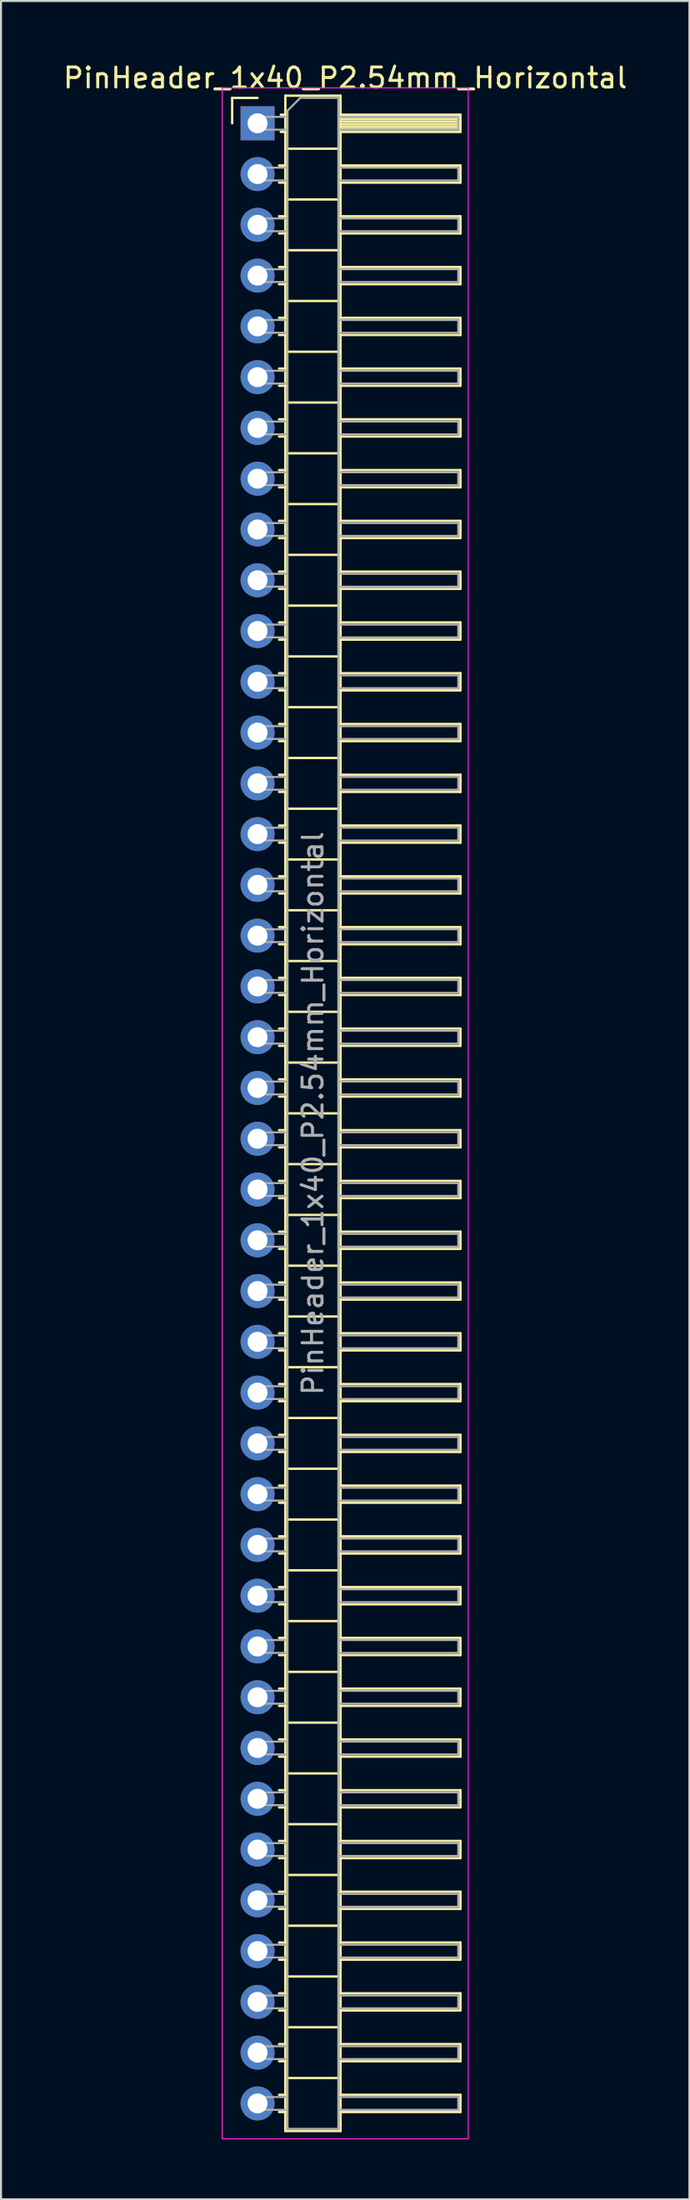
<source format=kicad_pcb>
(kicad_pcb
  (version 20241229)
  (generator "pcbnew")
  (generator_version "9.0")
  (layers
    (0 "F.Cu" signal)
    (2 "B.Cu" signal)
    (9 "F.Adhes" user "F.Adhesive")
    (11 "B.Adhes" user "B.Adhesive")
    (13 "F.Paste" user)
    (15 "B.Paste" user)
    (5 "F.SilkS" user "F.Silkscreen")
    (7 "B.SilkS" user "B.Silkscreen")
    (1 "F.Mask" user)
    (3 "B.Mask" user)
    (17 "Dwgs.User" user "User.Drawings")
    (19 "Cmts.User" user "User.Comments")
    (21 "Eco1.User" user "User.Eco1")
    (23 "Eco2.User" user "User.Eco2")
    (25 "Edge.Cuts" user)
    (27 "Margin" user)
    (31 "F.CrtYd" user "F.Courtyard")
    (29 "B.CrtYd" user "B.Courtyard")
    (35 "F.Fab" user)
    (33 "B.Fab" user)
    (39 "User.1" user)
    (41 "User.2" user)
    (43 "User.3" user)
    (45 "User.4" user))
  (footprint "PinHeader_1x40_P2.54mm_Horizontal"
    (layer "F.Cu")
    (at 9.835 3.118)
    (property "Reference" "PinHeader_1x40_P2.54mm_Horizontal" (at 4.385 -2.27 0) (layer "F.SilkS") (effects (font (size 1 1) (thickness 0.15))))
    (attr through_hole)
    (fp_line (start -1.27 -1.27) (end 0 -1.27) (stroke (width 0.12) (type solid)) (layer "F.SilkS"))
    (fp_line (start -1.27 0) (end -1.27 -1.27) (stroke (width 0.12) (type solid)) (layer "F.SilkS"))
    (fp_line (start 1.077 2.11) (end 1.39 2.11) (stroke (width 0.12) (type solid)) (layer "F.SilkS"))
    (fp_line (start 1.077 2.97) (end 1.39 2.97) (stroke (width 0.12) (type solid)) (layer "F.SilkS"))
    (fp_line (start 1.077 4.65) (end 1.39 4.65) (stroke (width 0.12) (type solid)) (layer "F.SilkS"))
    (fp_line (start 1.077 5.51) (end 1.39 5.51) (stroke (width 0.12) (type solid)) (layer "F.SilkS"))
    (fp_line (start 1.077 7.19) (end 1.39 7.19) (stroke (width 0.12) (type solid)) (layer "F.SilkS"))
    (fp_line (start 1.077 8.05) (end 1.39 8.05) (stroke (width 0.12) (type solid)) (layer "F.SilkS"))
    (fp_line (start 1.077 9.73) (end 1.39 9.73) (stroke (width 0.12) (type solid)) (layer "F.SilkS"))
    (fp_line (start 1.077 10.59) (end 1.39 10.59) (stroke (width 0.12) (type solid)) (layer "F.SilkS"))
    (fp_line (start 1.077 12.27) (end 1.39 12.27) (stroke (width 0.12) (type solid)) (layer "F.SilkS"))
    (fp_line (start 1.077 13.13) (end 1.39 13.13) (stroke (width 0.12) (type solid)) (layer "F.SilkS"))
    (fp_line (start 1.077 14.81) (end 1.39 14.81) (stroke (width 0.12) (type solid)) (layer "F.SilkS"))
    (fp_line (start 1.077 15.67) (end 1.39 15.67) (stroke (width 0.12) (type solid)) (layer "F.SilkS"))
    (fp_line (start 1.077 17.35) (end 1.39 17.35) (stroke (width 0.12) (type solid)) (layer "F.SilkS"))
    (fp_line (start 1.077 18.21) (end 1.39 18.21) (stroke (width 0.12) (type solid)) (layer "F.SilkS"))
    (fp_line (start 1.077 19.89) (end 1.39 19.89) (stroke (width 0.12) (type solid)) (layer "F.SilkS"))
    (fp_line (start 1.077 20.75) (end 1.39 20.75) (stroke (width 0.12) (type solid)) (layer "F.SilkS"))
    (fp_line (start 1.077 22.43) (end 1.39 22.43) (stroke (width 0.12) (type solid)) (layer "F.SilkS"))
    (fp_line (start 1.077 23.29) (end 1.39 23.29) (stroke (width 0.12) (type solid)) (layer "F.SilkS"))
    (fp_line (start 1.077 24.97) (end 1.39 24.97) (stroke (width 0.12) (type solid)) (layer "F.SilkS"))
    (fp_line (start 1.077 25.83) (end 1.39 25.83) (stroke (width 0.12) (type solid)) (layer "F.SilkS"))
    (fp_line (start 1.077 27.51) (end 1.39 27.51) (stroke (width 0.12) (type solid)) (layer "F.SilkS"))
    (fp_line (start 1.077 28.37) (end 1.39 28.37) (stroke (width 0.12) (type solid)) (layer "F.SilkS"))
    (fp_line (start 1.077 30.05) (end 1.39 30.05) (stroke (width 0.12) (type solid)) (layer "F.SilkS"))
    (fp_line (start 1.077 30.91) (end 1.39 30.91) (stroke (width 0.12) (type solid)) (layer "F.SilkS"))
    (fp_line (start 1.077 32.59) (end 1.39 32.59) (stroke (width 0.12) (type solid)) (layer "F.SilkS"))
    (fp_line (start 1.077 33.45) (end 1.39 33.45) (stroke (width 0.12) (type solid)) (layer "F.SilkS"))
    (fp_line (start 1.077 35.13) (end 1.39 35.13) (stroke (width 0.12) (type solid)) (layer "F.SilkS"))
    (fp_line (start 1.077 35.99) (end 1.39 35.99) (stroke (width 0.12) (type solid)) (layer "F.SilkS"))
    (fp_line (start 1.077 37.67) (end 1.39 37.67) (stroke (width 0.12) (type solid)) (layer "F.SilkS"))
    (fp_line (start 1.077 38.53) (end 1.39 38.53) (stroke (width 0.12) (type solid)) (layer "F.SilkS"))
    (fp_line (start 1.077 40.21) (end 1.39 40.21) (stroke (width 0.12) (type solid)) (layer "F.SilkS"))
    (fp_line (start 1.077 41.07) (end 1.39 41.07) (stroke (width 0.12) (type solid)) (layer "F.SilkS"))
    (fp_line (start 1.077 42.75) (end 1.39 42.75) (stroke (width 0.12) (type solid)) (layer "F.SilkS"))
    (fp_line (start 1.077 43.61) (end 1.39 43.61) (stroke (width 0.12) (type solid)) (layer "F.SilkS"))
    (fp_line (start 1.077 45.29) (end 1.39 45.29) (stroke (width 0.12) (type solid)) (layer "F.SilkS"))
    (fp_line (start 1.077 46.15) (end 1.39 46.15) (stroke (width 0.12) (type solid)) (layer "F.SilkS"))
    (fp_line (start 1.077 47.83) (end 1.39 47.83) (stroke (width 0.12) (type solid)) (layer "F.SilkS"))
    (fp_line (start 1.077 48.69) (end 1.39 48.69) (stroke (width 0.12) (type solid)) (layer "F.SilkS"))
    (fp_line (start 1.077 50.37) (end 1.39 50.37) (stroke (width 0.12) (type solid)) (layer "F.SilkS"))
    (fp_line (start 1.077 51.23) (end 1.39 51.23) (stroke (width 0.12) (type solid)) (layer "F.SilkS"))
    (fp_line (start 1.077 52.91) (end 1.39 52.91) (stroke (width 0.12) (type solid)) (layer "F.SilkS"))
    (fp_line (start 1.077 53.77) (end 1.39 53.77) (stroke (width 0.12) (type solid)) (layer "F.SilkS"))
    (fp_line (start 1.077 55.45) (end 1.39 55.45) (stroke (width 0.12) (type solid)) (layer "F.SilkS"))
    (fp_line (start 1.077 56.31) (end 1.39 56.31) (stroke (width 0.12) (type solid)) (layer "F.SilkS"))
    (fp_line (start 1.077 57.99) (end 1.39 57.99) (stroke (width 0.12) (type solid)) (layer "F.SilkS"))
    (fp_line (start 1.077 58.85) (end 1.39 58.85) (stroke (width 0.12) (type solid)) (layer "F.SilkS"))
    (fp_line (start 1.077 60.53) (end 1.39 60.53) (stroke (width 0.12) (type solid)) (layer "F.SilkS"))
    (fp_line (start 1.077 61.39) (end 1.39 61.39) (stroke (width 0.12) (type solid)) (layer "F.SilkS"))
    (fp_line (start 1.077 63.07) (end 1.39 63.07) (stroke (width 0.12) (type solid)) (layer "F.SilkS"))
    (fp_line (start 1.077 63.93) (end 1.39 63.93) (stroke (width 0.12) (type solid)) (layer "F.SilkS"))
    (fp_line (start 1.077 65.61) (end 1.39 65.61) (stroke (width 0.12) (type solid)) (layer "F.SilkS"))
    (fp_line (start 1.077 66.47) (end 1.39 66.47) (stroke (width 0.12) (type solid)) (layer "F.SilkS"))
    (fp_line (start 1.077 68.15) (end 1.39 68.15) (stroke (width 0.12) (type solid)) (layer "F.SilkS"))
    (fp_line (start 1.077 69.01) (end 1.39 69.01) (stroke (width 0.12) (type solid)) (layer "F.SilkS"))
    (fp_line (start 1.077 70.69) (end 1.39 70.69) (stroke (width 0.12) (type solid)) (layer "F.SilkS"))
    (fp_line (start 1.077 71.55) (end 1.39 71.55) (stroke (width 0.12) (type solid)) (layer "F.SilkS"))
    (fp_line (start 1.077 73.23) (end 1.39 73.23) (stroke (width 0.12) (type solid)) (layer "F.SilkS"))
    (fp_line (start 1.077 74.09) (end 1.39 74.09) (stroke (width 0.12) (type solid)) (layer "F.SilkS"))
    (fp_line (start 1.077 75.77) (end 1.39 75.77) (stroke (width 0.12) (type solid)) (layer "F.SilkS"))
    (fp_line (start 1.077 76.63) (end 1.39 76.63) (stroke (width 0.12) (type solid)) (layer "F.SilkS"))
    (fp_line (start 1.077 78.31) (end 1.39 78.31) (stroke (width 0.12) (type solid)) (layer "F.SilkS"))
    (fp_line (start 1.077 79.17) (end 1.39 79.17) (stroke (width 0.12) (type solid)) (layer "F.SilkS"))
    (fp_line (start 1.077 80.85) (end 1.39 80.85) (stroke (width 0.12) (type solid)) (layer "F.SilkS"))
    (fp_line (start 1.077 81.71) (end 1.39 81.71) (stroke (width 0.12) (type solid)) (layer "F.SilkS"))
    (fp_line (start 1.077 83.39) (end 1.39 83.39) (stroke (width 0.12) (type solid)) (layer "F.SilkS"))
    (fp_line (start 1.077 84.25) (end 1.39 84.25) (stroke (width 0.12) (type solid)) (layer "F.SilkS"))
    (fp_line (start 1.077 85.93) (end 1.39 85.93) (stroke (width 0.12) (type solid)) (layer "F.SilkS"))
    (fp_line (start 1.077 86.79) (end 1.39 86.79) (stroke (width 0.12) (type solid)) (layer "F.SilkS"))
    (fp_line (start 1.077 88.47) (end 1.39 88.47) (stroke (width 0.12) (type solid)) (layer "F.SilkS"))
    (fp_line (start 1.077 89.33) (end 1.39 89.33) (stroke (width 0.12) (type solid)) (layer "F.SilkS"))
    (fp_line (start 1.077 91.01) (end 1.39 91.01) (stroke (width 0.12) (type solid)) (layer "F.SilkS"))
    (fp_line (start 1.077 91.87) (end 1.39 91.87) (stroke (width 0.12) (type solid)) (layer "F.SilkS"))
    (fp_line (start 1.077 93.55) (end 1.39 93.55) (stroke (width 0.12) (type solid)) (layer "F.SilkS"))
    (fp_line (start 1.077 94.41) (end 1.39 94.41) (stroke (width 0.12) (type solid)) (layer "F.SilkS"))
    (fp_line (start 1.077 96.09) (end 1.39 96.09) (stroke (width 0.12) (type solid)) (layer "F.SilkS"))
    (fp_line (start 1.077 96.95) (end 1.39 96.95) (stroke (width 0.12) (type solid)) (layer "F.SilkS"))
    (fp_line (start 1.077 98.63) (end 1.39 98.63) (stroke (width 0.12) (type solid)) (layer "F.SilkS"))
    (fp_line (start 1.077 99.49) (end 1.39 99.49) (stroke (width 0.12) (type solid)) (layer "F.SilkS"))
    (fp_line (start 1.16 -0.43) (end 1.39 -0.43) (stroke (width 0.12) (type solid)) (layer "F.SilkS"))
    (fp_line (start 1.16 0.43) (end 1.39 0.43) (stroke (width 0.12) (type solid)) (layer "F.SilkS"))
    (fp_line (start 1.39 -1.38) (end 1.39 100.44) (stroke (width 0.12) (type solid)) (layer "F.SilkS"))
    (fp_line (start 1.39 1.27) (end 4.15 1.27) (stroke (width 0.12) (type solid)) (layer "F.SilkS"))
    (fp_line (start 1.39 3.81) (end 4.15 3.81) (stroke (width 0.12) (type solid)) (layer "F.SilkS"))
    (fp_line (start 1.39 6.35) (end 4.15 6.35) (stroke (width 0.12) (type solid)) (layer "F.SilkS"))
    (fp_line (start 1.39 8.89) (end 4.15 8.89) (stroke (width 0.12) (type solid)) (layer "F.SilkS"))
    (fp_line (start 1.39 11.43) (end 4.15 11.43) (stroke (width 0.12) (type solid)) (layer "F.SilkS"))
    (fp_line (start 1.39 13.97) (end 4.15 13.97) (stroke (width 0.12) (type solid)) (layer "F.SilkS"))
    (fp_line (start 1.39 16.51) (end 4.15 16.51) (stroke (width 0.12) (type solid)) (layer "F.SilkS"))
    (fp_line (start 1.39 19.05) (end 4.15 19.05) (stroke (width 0.12) (type solid)) (layer "F.SilkS"))
    (fp_line (start 1.39 21.59) (end 4.15 21.59) (stroke (width 0.12) (type solid)) (layer "F.SilkS"))
    (fp_line (start 1.39 24.13) (end 4.15 24.13) (stroke (width 0.12) (type solid)) (layer "F.SilkS"))
    (fp_line (start 1.39 26.67) (end 4.15 26.67) (stroke (width 0.12) (type solid)) (layer "F.SilkS"))
    (fp_line (start 1.39 29.21) (end 4.15 29.21) (stroke (width 0.12) (type solid)) (layer "F.SilkS"))
    (fp_line (start 1.39 31.75) (end 4.15 31.75) (stroke (width 0.12) (type solid)) (layer "F.SilkS"))
    (fp_line (start 1.39 34.29) (end 4.15 34.29) (stroke (width 0.12) (type solid)) (layer "F.SilkS"))
    (fp_line (start 1.39 36.83) (end 4.15 36.83) (stroke (width 0.12) (type solid)) (layer "F.SilkS"))
    (fp_line (start 1.39 39.37) (end 4.15 39.37) (stroke (width 0.12) (type solid)) (layer "F.SilkS"))
    (fp_line (start 1.39 41.91) (end 4.15 41.91) (stroke (width 0.12) (type solid)) (layer "F.SilkS"))
    (fp_line (start 1.39 44.45) (end 4.15 44.45) (stroke (width 0.12) (type solid)) (layer "F.SilkS"))
    (fp_line (start 1.39 46.99) (end 4.15 46.99) (stroke (width 0.12) (type solid)) (layer "F.SilkS"))
    (fp_line (start 1.39 49.53) (end 4.15 49.53) (stroke (width 0.12) (type solid)) (layer "F.SilkS"))
    (fp_line (start 1.39 52.07) (end 4.15 52.07) (stroke (width 0.12) (type solid)) (layer "F.SilkS"))
    (fp_line (start 1.39 54.61) (end 4.15 54.61) (stroke (width 0.12) (type solid)) (layer "F.SilkS"))
    (fp_line (start 1.39 57.15) (end 4.15 57.15) (stroke (width 0.12) (type solid)) (layer "F.SilkS"))
    (fp_line (start 1.39 59.69) (end 4.15 59.69) (stroke (width 0.12) (type solid)) (layer "F.SilkS"))
    (fp_line (start 1.39 62.23) (end 4.15 62.23) (stroke (width 0.12) (type solid)) (layer "F.SilkS"))
    (fp_line (start 1.39 64.77) (end 4.15 64.77) (stroke (width 0.12) (type solid)) (layer "F.SilkS"))
    (fp_line (start 1.39 67.31) (end 4.15 67.31) (stroke (width 0.12) (type solid)) (layer "F.SilkS"))
    (fp_line (start 1.39 69.85) (end 4.15 69.85) (stroke (width 0.12) (type solid)) (layer "F.SilkS"))
    (fp_line (start 1.39 72.39) (end 4.15 72.39) (stroke (width 0.12) (type solid)) (layer "F.SilkS"))
    (fp_line (start 1.39 74.93) (end 4.15 74.93) (stroke (width 0.12) (type solid)) (layer "F.SilkS"))
    (fp_line (start 1.39 77.47) (end 4.15 77.47) (stroke (width 0.12) (type solid)) (layer "F.SilkS"))
    (fp_line (start 1.39 80.01) (end 4.15 80.01) (stroke (width 0.12) (type solid)) (layer "F.SilkS"))
    (fp_line (start 1.39 82.55) (end 4.15 82.55) (stroke (width 0.12) (type solid)) (layer "F.SilkS"))
    (fp_line (start 1.39 85.09) (end 4.15 85.09) (stroke (width 0.12) (type solid)) (layer "F.SilkS"))
    (fp_line (start 1.39 87.63) (end 4.15 87.63) (stroke (width 0.12) (type solid)) (layer "F.SilkS"))
    (fp_line (start 1.39 90.17) (end 4.15 90.17) (stroke (width 0.12) (type solid)) (layer "F.SilkS"))
    (fp_line (start 1.39 92.71) (end 4.15 92.71) (stroke (width 0.12) (type solid)) (layer "F.SilkS"))
    (fp_line (start 1.39 95.25) (end 4.15 95.25) (stroke (width 0.12) (type solid)) (layer "F.SilkS"))
    (fp_line (start 1.39 97.79) (end 4.15 97.79) (stroke (width 0.12) (type solid)) (layer "F.SilkS"))
    (fp_line (start 1.39 100.44) (end 4.15 100.44) (stroke (width 0.12) (type solid)) (layer "F.SilkS"))
    (fp_line (start 4.15 -1.38) (end 1.39 -1.38) (stroke (width 0.12) (type solid)) (layer "F.SilkS"))
    (fp_line (start 4.15 -0.43) (end 10.15 -0.43) (stroke (width 0.12) (type solid)) (layer "F.SilkS"))
    (fp_line (start 4.15 -0.32) (end 10.15 -0.32) (stroke (width 0.12) (type solid)) (layer "F.SilkS"))
    (fp_line (start 4.15 -0.2) (end 10.15 -0.2) (stroke (width 0.12) (type solid)) (layer "F.SilkS"))
    (fp_line (start 4.15 -0.08) (end 10.15 -0.08) (stroke (width 0.12) (type solid)) (layer "F.SilkS"))
    (fp_line (start 4.15 0.04) (end 10.15 0.04) (stroke (width 0.12) (type solid)) (layer "F.SilkS"))
    (fp_line (start 4.15 0.16) (end 10.15 0.16) (stroke (width 0.12) (type solid)) (layer "F.SilkS"))
    (fp_line (start 4.15 0.28) (end 10.15 0.28) (stroke (width 0.12) (type solid)) (layer "F.SilkS"))
    (fp_line (start 4.15 2.11) (end 10.15 2.11) (stroke (width 0.12) (type solid)) (layer "F.SilkS"))
    (fp_line (start 4.15 4.65) (end 10.15 4.65) (stroke (width 0.12) (type solid)) (layer "F.SilkS"))
    (fp_line (start 4.15 7.19) (end 10.15 7.19) (stroke (width 0.12) (type solid)) (layer "F.SilkS"))
    (fp_line (start 4.15 9.73) (end 10.15 9.73) (stroke (width 0.12) (type solid)) (layer "F.SilkS"))
    (fp_line (start 4.15 12.27) (end 10.15 12.27) (stroke (width 0.12) (type solid)) (layer "F.SilkS"))
    (fp_line (start 4.15 14.81) (end 10.15 14.81) (stroke (width 0.12) (type solid)) (layer "F.SilkS"))
    (fp_line (start 4.15 17.35) (end 10.15 17.35) (stroke (width 0.12) (type solid)) (layer "F.SilkS"))
    (fp_line (start 4.15 19.89) (end 10.15 19.89) (stroke (width 0.12) (type solid)) (layer "F.SilkS"))
    (fp_line (start 4.15 22.43) (end 10.15 22.43) (stroke (width 0.12) (type solid)) (layer "F.SilkS"))
    (fp_line (start 4.15 24.97) (end 10.15 24.97) (stroke (width 0.12) (type solid)) (layer "F.SilkS"))
    (fp_line (start 4.15 27.51) (end 10.15 27.51) (stroke (width 0.12) (type solid)) (layer "F.SilkS"))
    (fp_line (start 4.15 30.05) (end 10.15 30.05) (stroke (width 0.12) (type solid)) (layer "F.SilkS"))
    (fp_line (start 4.15 32.59) (end 10.15 32.59) (stroke (width 0.12) (type solid)) (layer "F.SilkS"))
    (fp_line (start 4.15 35.13) (end 10.15 35.13) (stroke (width 0.12) (type solid)) (layer "F.SilkS"))
    (fp_line (start 4.15 37.67) (end 10.15 37.67) (stroke (width 0.12) (type solid)) (layer "F.SilkS"))
    (fp_line (start 4.15 40.21) (end 10.15 40.21) (stroke (width 0.12) (type solid)) (layer "F.SilkS"))
    (fp_line (start 4.15 42.75) (end 10.15 42.75) (stroke (width 0.12) (type solid)) (layer "F.SilkS"))
    (fp_line (start 4.15 45.29) (end 10.15 45.29) (stroke (width 0.12) (type solid)) (layer "F.SilkS"))
    (fp_line (start 4.15 47.83) (end 10.15 47.83) (stroke (width 0.12) (type solid)) (layer "F.SilkS"))
    (fp_line (start 4.15 50.37) (end 10.15 50.37) (stroke (width 0.12) (type solid)) (layer "F.SilkS"))
    (fp_line (start 4.15 52.91) (end 10.15 52.91) (stroke (width 0.12) (type solid)) (layer "F.SilkS"))
    (fp_line (start 4.15 55.45) (end 10.15 55.45) (stroke (width 0.12) (type solid)) (layer "F.SilkS"))
    (fp_line (start 4.15 57.99) (end 10.15 57.99) (stroke (width 0.12) (type solid)) (layer "F.SilkS"))
    (fp_line (start 4.15 60.53) (end 10.15 60.53) (stroke (width 0.12) (type solid)) (layer "F.SilkS"))
    (fp_line (start 4.15 63.07) (end 10.15 63.07) (stroke (width 0.12) (type solid)) (layer "F.SilkS"))
    (fp_line (start 4.15 65.61) (end 10.15 65.61) (stroke (width 0.12) (type solid)) (layer "F.SilkS"))
    (fp_line (start 4.15 68.15) (end 10.15 68.15) (stroke (width 0.12) (type solid)) (layer "F.SilkS"))
    (fp_line (start 4.15 70.69) (end 10.15 70.69) (stroke (width 0.12) (type solid)) (layer "F.SilkS"))
    (fp_line (start 4.15 73.23) (end 10.15 73.23) (stroke (width 0.12) (type solid)) (layer "F.SilkS"))
    (fp_line (start 4.15 75.77) (end 10.15 75.77) (stroke (width 0.12) (type solid)) (layer "F.SilkS"))
    (fp_line (start 4.15 78.31) (end 10.15 78.31) (stroke (width 0.12) (type solid)) (layer "F.SilkS"))
    (fp_line (start 4.15 80.85) (end 10.15 80.85) (stroke (width 0.12) (type solid)) (layer "F.SilkS"))
    (fp_line (start 4.15 83.39) (end 10.15 83.39) (stroke (width 0.12) (type solid)) (layer "F.SilkS"))
    (fp_line (start 4.15 85.93) (end 10.15 85.93) (stroke (width 0.12) (type solid)) (layer "F.SilkS"))
    (fp_line (start 4.15 88.47) (end 10.15 88.47) (stroke (width 0.12) (type solid)) (layer "F.SilkS"))
    (fp_line (start 4.15 91.01) (end 10.15 91.01) (stroke (width 0.12) (type solid)) (layer "F.SilkS"))
    (fp_line (start 4.15 93.55) (end 10.15 93.55) (stroke (width 0.12) (type solid)) (layer "F.SilkS"))
    (fp_line (start 4.15 96.09) (end 10.15 96.09) (stroke (width 0.12) (type solid)) (layer "F.SilkS"))
    (fp_line (start 4.15 98.63) (end 10.15 98.63) (stroke (width 0.12) (type solid)) (layer "F.SilkS"))
    (fp_line (start 4.15 100.44) (end 4.15 -1.38) (stroke (width 0.12) (type solid)) (layer "F.SilkS"))
    (fp_line (start 10.15 -0.43) (end 10.15 0.43) (stroke (width 0.12) (type solid)) (layer "F.SilkS"))
    (fp_line (start 10.15 0.43) (end 4.15 0.43) (stroke (width 0.12) (type solid)) (layer "F.SilkS"))
    (fp_line (start 10.15 2.11) (end 10.15 2.97) (stroke (width 0.12) (type solid)) (layer "F.SilkS"))
    (fp_line (start 10.15 2.97) (end 4.15 2.97) (stroke (width 0.12) (type solid)) (layer "F.SilkS"))
    (fp_line (start 10.15 4.65) (end 10.15 5.51) (stroke (width 0.12) (type solid)) (layer "F.SilkS"))
    (fp_line (start 10.15 5.51) (end 4.15 5.51) (stroke (width 0.12) (type solid)) (layer "F.SilkS"))
    (fp_line (start 10.15 7.19) (end 10.15 8.05) (stroke (width 0.12) (type solid)) (layer "F.SilkS"))
    (fp_line (start 10.15 8.05) (end 4.15 8.05) (stroke (width 0.12) (type solid)) (layer "F.SilkS"))
    (fp_line (start 10.15 9.73) (end 10.15 10.59) (stroke (width 0.12) (type solid)) (layer "F.SilkS"))
    (fp_line (start 10.15 10.59) (end 4.15 10.59) (stroke (width 0.12) (type solid)) (layer "F.SilkS"))
    (fp_line (start 10.15 12.27) (end 10.15 13.13) (stroke (width 0.12) (type solid)) (layer "F.SilkS"))
    (fp_line (start 10.15 13.13) (end 4.15 13.13) (stroke (width 0.12) (type solid)) (layer "F.SilkS"))
    (fp_line (start 10.15 14.81) (end 10.15 15.67) (stroke (width 0.12) (type solid)) (layer "F.SilkS"))
    (fp_line (start 10.15 15.67) (end 4.15 15.67) (stroke (width 0.12) (type solid)) (layer "F.SilkS"))
    (fp_line (start 10.15 17.35) (end 10.15 18.21) (stroke (width 0.12) (type solid)) (layer "F.SilkS"))
    (fp_line (start 10.15 18.21) (end 4.15 18.21) (stroke (width 0.12) (type solid)) (layer "F.SilkS"))
    (fp_line (start 10.15 19.89) (end 10.15 20.75) (stroke (width 0.12) (type solid)) (layer "F.SilkS"))
    (fp_line (start 10.15 20.75) (end 4.15 20.75) (stroke (width 0.12) (type solid)) (layer "F.SilkS"))
    (fp_line (start 10.15 22.43) (end 10.15 23.29) (stroke (width 0.12) (type solid)) (layer "F.SilkS"))
    (fp_line (start 10.15 23.29) (end 4.15 23.29) (stroke (width 0.12) (type solid)) (layer "F.SilkS"))
    (fp_line (start 10.15 24.97) (end 10.15 25.83) (stroke (width 0.12) (type solid)) (layer "F.SilkS"))
    (fp_line (start 10.15 25.83) (end 4.15 25.83) (stroke (width 0.12) (type solid)) (layer "F.SilkS"))
    (fp_line (start 10.15 27.51) (end 10.15 28.37) (stroke (width 0.12) (type solid)) (layer "F.SilkS"))
    (fp_line (start 10.15 28.37) (end 4.15 28.37) (stroke (width 0.12) (type solid)) (layer "F.SilkS"))
    (fp_line (start 10.15 30.05) (end 10.15 30.91) (stroke (width 0.12) (type solid)) (layer "F.SilkS"))
    (fp_line (start 10.15 30.91) (end 4.15 30.91) (stroke (width 0.12) (type solid)) (layer "F.SilkS"))
    (fp_line (start 10.15 32.59) (end 10.15 33.45) (stroke (width 0.12) (type solid)) (layer "F.SilkS"))
    (fp_line (start 10.15 33.45) (end 4.15 33.45) (stroke (width 0.12) (type solid)) (layer "F.SilkS"))
    (fp_line (start 10.15 35.13) (end 10.15 35.99) (stroke (width 0.12) (type solid)) (layer "F.SilkS"))
    (fp_line (start 10.15 35.99) (end 4.15 35.99) (stroke (width 0.12) (type solid)) (layer "F.SilkS"))
    (fp_line (start 10.15 37.67) (end 10.15 38.53) (stroke (width 0.12) (type solid)) (layer "F.SilkS"))
    (fp_line (start 10.15 38.53) (end 4.15 38.53) (stroke (width 0.12) (type solid)) (layer "F.SilkS"))
    (fp_line (start 10.15 40.21) (end 10.15 41.07) (stroke (width 0.12) (type solid)) (layer "F.SilkS"))
    (fp_line (start 10.15 41.07) (end 4.15 41.07) (stroke (width 0.12) (type solid)) (layer "F.SilkS"))
    (fp_line (start 10.15 42.75) (end 10.15 43.61) (stroke (width 0.12) (type solid)) (layer "F.SilkS"))
    (fp_line (start 10.15 43.61) (end 4.15 43.61) (stroke (width 0.12) (type solid)) (layer "F.SilkS"))
    (fp_line (start 10.15 45.29) (end 10.15 46.15) (stroke (width 0.12) (type solid)) (layer "F.SilkS"))
    (fp_line (start 10.15 46.15) (end 4.15 46.15) (stroke (width 0.12) (type solid)) (layer "F.SilkS"))
    (fp_line (start 10.15 47.83) (end 10.15 48.69) (stroke (width 0.12) (type solid)) (layer "F.SilkS"))
    (fp_line (start 10.15 48.69) (end 4.15 48.69) (stroke (width 0.12) (type solid)) (layer "F.SilkS"))
    (fp_line (start 10.15 50.37) (end 10.15 51.23) (stroke (width 0.12) (type solid)) (layer "F.SilkS"))
    (fp_line (start 10.15 51.23) (end 4.15 51.23) (stroke (width 0.12) (type solid)) (layer "F.SilkS"))
    (fp_line (start 10.15 52.91) (end 10.15 53.77) (stroke (width 0.12) (type solid)) (layer "F.SilkS"))
    (fp_line (start 10.15 53.77) (end 4.15 53.77) (stroke (width 0.12) (type solid)) (layer "F.SilkS"))
    (fp_line (start 10.15 55.45) (end 10.15 56.31) (stroke (width 0.12) (type solid)) (layer "F.SilkS"))
    (fp_line (start 10.15 56.31) (end 4.15 56.31) (stroke (width 0.12) (type solid)) (layer "F.SilkS"))
    (fp_line (start 10.15 57.99) (end 10.15 58.85) (stroke (width 0.12) (type solid)) (layer "F.SilkS"))
    (fp_line (start 10.15 58.85) (end 4.15 58.85) (stroke (width 0.12) (type solid)) (layer "F.SilkS"))
    (fp_line (start 10.15 60.53) (end 10.15 61.39) (stroke (width 0.12) (type solid)) (layer "F.SilkS"))
    (fp_line (start 10.15 61.39) (end 4.15 61.39) (stroke (width 0.12) (type solid)) (layer "F.SilkS"))
    (fp_line (start 10.15 63.07) (end 10.15 63.93) (stroke (width 0.12) (type solid)) (layer "F.SilkS"))
    (fp_line (start 10.15 63.93) (end 4.15 63.93) (stroke (width 0.12) (type solid)) (layer "F.SilkS"))
    (fp_line (start 10.15 65.61) (end 10.15 66.47) (stroke (width 0.12) (type solid)) (layer "F.SilkS"))
    (fp_line (start 10.15 66.47) (end 4.15 66.47) (stroke (width 0.12) (type solid)) (layer "F.SilkS"))
    (fp_line (start 10.15 68.15) (end 10.15 69.01) (stroke (width 0.12) (type solid)) (layer "F.SilkS"))
    (fp_line (start 10.15 69.01) (end 4.15 69.01) (stroke (width 0.12) (type solid)) (layer "F.SilkS"))
    (fp_line (start 10.15 70.69) (end 10.15 71.55) (stroke (width 0.12) (type solid)) (layer "F.SilkS"))
    (fp_line (start 10.15 71.55) (end 4.15 71.55) (stroke (width 0.12) (type solid)) (layer "F.SilkS"))
    (fp_line (start 10.15 73.23) (end 10.15 74.09) (stroke (width 0.12) (type solid)) (layer "F.SilkS"))
    (fp_line (start 10.15 74.09) (end 4.15 74.09) (stroke (width 0.12) (type solid)) (layer "F.SilkS"))
    (fp_line (start 10.15 75.77) (end 10.15 76.63) (stroke (width 0.12) (type solid)) (layer "F.SilkS"))
    (fp_line (start 10.15 76.63) (end 4.15 76.63) (stroke (width 0.12) (type solid)) (layer "F.SilkS"))
    (fp_line (start 10.15 78.31) (end 10.15 79.17) (stroke (width 0.12) (type solid)) (layer "F.SilkS"))
    (fp_line (start 10.15 79.17) (end 4.15 79.17) (stroke (width 0.12) (type solid)) (layer "F.SilkS"))
    (fp_line (start 10.15 80.85) (end 10.15 81.71) (stroke (width 0.12) (type solid)) (layer "F.SilkS"))
    (fp_line (start 10.15 81.71) (end 4.15 81.71) (stroke (width 0.12) (type solid)) (layer "F.SilkS"))
    (fp_line (start 10.15 83.39) (end 10.15 84.25) (stroke (width 0.12) (type solid)) (layer "F.SilkS"))
    (fp_line (start 10.15 84.25) (end 4.15 84.25) (stroke (width 0.12) (type solid)) (layer "F.SilkS"))
    (fp_line (start 10.15 85.93) (end 10.15 86.79) (stroke (width 0.12) (type solid)) (layer "F.SilkS"))
    (fp_line (start 10.15 86.79) (end 4.15 86.79) (stroke (width 0.12) (type solid)) (layer "F.SilkS"))
    (fp_line (start 10.15 88.47) (end 10.15 89.33) (stroke (width 0.12) (type solid)) (layer "F.SilkS"))
    (fp_line (start 10.15 89.33) (end 4.15 89.33) (stroke (width 0.12) (type solid)) (layer "F.SilkS"))
    (fp_line (start 10.15 91.01) (end 10.15 91.87) (stroke (width 0.12) (type solid)) (layer "F.SilkS"))
    (fp_line (start 10.15 91.87) (end 4.15 91.87) (stroke (width 0.12) (type solid)) (layer "F.SilkS"))
    (fp_line (start 10.15 93.55) (end 10.15 94.41) (stroke (width 0.12) (type solid)) (layer "F.SilkS"))
    (fp_line (start 10.15 94.41) (end 4.15 94.41) (stroke (width 0.12) (type solid)) (layer "F.SilkS"))
    (fp_line (start 10.15 96.09) (end 10.15 96.95) (stroke (width 0.12) (type solid)) (layer "F.SilkS"))
    (fp_line (start 10.15 96.95) (end 4.15 96.95) (stroke (width 0.12) (type solid)) (layer "F.SilkS"))
    (fp_line (start 10.15 98.63) (end 10.15 99.49) (stroke (width 0.12) (type solid)) (layer "F.SilkS"))
    (fp_line (start 10.15 99.49) (end 4.15 99.49) (stroke (width 0.12) (type solid)) (layer "F.SilkS"))
    (fp_line (start -1.77 -1.77) (end -1.77 100.83) (stroke (width 0.05) (type solid)) (layer "F.CrtYd"))
    (fp_line (start -1.77 100.83) (end 10.54 100.83) (stroke (width 0.05) (type solid)) (layer "F.CrtYd"))
    (fp_line (start 10.54 -1.77) (end -1.77 -1.77) (stroke (width 0.05) (type solid)) (layer "F.CrtYd"))
    (fp_line (start 10.54 100.83) (end 10.54 -1.77) (stroke (width 0.05) (type solid)) (layer "F.CrtYd"))
    (fp_line (start -0.32 -0.32) (end -0.32 0.32) (stroke (width 0.1) (type solid)) (layer "F.Fab"))
    (fp_line (start -0.32 -0.32) (end 1.5 -0.32) (stroke (width 0.1) (type solid)) (layer "F.Fab"))
    (fp_line (start -0.32 0.32) (end 1.5 0.32) (stroke (width 0.1) (type solid)) (layer "F.Fab"))
    (fp_line (start -0.32 2.22) (end -0.32 2.86) (stroke (width 0.1) (type solid)) (layer "F.Fab"))
    (fp_line (start -0.32 2.22) (end 1.5 2.22) (stroke (width 0.1) (type solid)) (layer "F.Fab"))
    (fp_line (start -0.32 2.86) (end 1.5 2.86) (stroke (width 0.1) (type solid)) (layer "F.Fab"))
    (fp_line (start -0.32 4.76) (end -0.32 5.4) (stroke (width 0.1) (type solid)) (layer "F.Fab"))
    (fp_line (start -0.32 4.76) (end 1.5 4.76) (stroke (width 0.1) (type solid)) (layer "F.Fab"))
    (fp_line (start -0.32 5.4) (end 1.5 5.4) (stroke (width 0.1) (type solid)) (layer "F.Fab"))
    (fp_line (start -0.32 7.3) (end -0.32 7.94) (stroke (width 0.1) (type solid)) (layer "F.Fab"))
    (fp_line (start -0.32 7.3) (end 1.5 7.3) (stroke (width 0.1) (type solid)) (layer "F.Fab"))
    (fp_line (start -0.32 7.94) (end 1.5 7.94) (stroke (width 0.1) (type solid)) (layer "F.Fab"))
    (fp_line (start -0.32 9.84) (end -0.32 10.48) (stroke (width 0.1) (type solid)) (layer "F.Fab"))
    (fp_line (start -0.32 9.84) (end 1.5 9.84) (stroke (width 0.1) (type solid)) (layer "F.Fab"))
    (fp_line (start -0.32 10.48) (end 1.5 10.48) (stroke (width 0.1) (type solid)) (layer "F.Fab"))
    (fp_line (start -0.32 12.38) (end -0.32 13.02) (stroke (width 0.1) (type solid)) (layer "F.Fab"))
    (fp_line (start -0.32 12.38) (end 1.5 12.38) (stroke (width 0.1) (type solid)) (layer "F.Fab"))
    (fp_line (start -0.32 13.02) (end 1.5 13.02) (stroke (width 0.1) (type solid)) (layer "F.Fab"))
    (fp_line (start -0.32 14.92) (end -0.32 15.56) (stroke (width 0.1) (type solid)) (layer "F.Fab"))
    (fp_line (start -0.32 14.92) (end 1.5 14.92) (stroke (width 0.1) (type solid)) (layer "F.Fab"))
    (fp_line (start -0.32 15.56) (end 1.5 15.56) (stroke (width 0.1) (type solid)) (layer "F.Fab"))
    (fp_line (start -0.32 17.46) (end -0.32 18.1) (stroke (width 0.1) (type solid)) (layer "F.Fab"))
    (fp_line (start -0.32 17.46) (end 1.5 17.46) (stroke (width 0.1) (type solid)) (layer "F.Fab"))
    (fp_line (start -0.32 18.1) (end 1.5 18.1) (stroke (width 0.1) (type solid)) (layer "F.Fab"))
    (fp_line (start -0.32 20) (end -0.32 20.64) (stroke (width 0.1) (type solid)) (layer "F.Fab"))
    (fp_line (start -0.32 20) (end 1.5 20) (stroke (width 0.1) (type solid)) (layer "F.Fab"))
    (fp_line (start -0.32 20.64) (end 1.5 20.64) (stroke (width 0.1) (type solid)) (layer "F.Fab"))
    (fp_line (start -0.32 22.54) (end -0.32 23.18) (stroke (width 0.1) (type solid)) (layer "F.Fab"))
    (fp_line (start -0.32 22.54) (end 1.5 22.54) (stroke (width 0.1) (type solid)) (layer "F.Fab"))
    (fp_line (start -0.32 23.18) (end 1.5 23.18) (stroke (width 0.1) (type solid)) (layer "F.Fab"))
    (fp_line (start -0.32 25.08) (end -0.32 25.72) (stroke (width 0.1) (type solid)) (layer "F.Fab"))
    (fp_line (start -0.32 25.08) (end 1.5 25.08) (stroke (width 0.1) (type solid)) (layer "F.Fab"))
    (fp_line (start -0.32 25.72) (end 1.5 25.72) (stroke (width 0.1) (type solid)) (layer "F.Fab"))
    (fp_line (start -0.32 27.62) (end -0.32 28.26) (stroke (width 0.1) (type solid)) (layer "F.Fab"))
    (fp_line (start -0.32 27.62) (end 1.5 27.62) (stroke (width 0.1) (type solid)) (layer "F.Fab"))
    (fp_line (start -0.32 28.26) (end 1.5 28.26) (stroke (width 0.1) (type solid)) (layer "F.Fab"))
    (fp_line (start -0.32 30.16) (end -0.32 30.8) (stroke (width 0.1) (type solid)) (layer "F.Fab"))
    (fp_line (start -0.32 30.16) (end 1.5 30.16) (stroke (width 0.1) (type solid)) (layer "F.Fab"))
    (fp_line (start -0.32 30.8) (end 1.5 30.8) (stroke (width 0.1) (type solid)) (layer "F.Fab"))
    (fp_line (start -0.32 32.7) (end -0.32 33.34) (stroke (width 0.1) (type solid)) (layer "F.Fab"))
    (fp_line (start -0.32 32.7) (end 1.5 32.7) (stroke (width 0.1) (type solid)) (layer "F.Fab"))
    (fp_line (start -0.32 33.34) (end 1.5 33.34) (stroke (width 0.1) (type solid)) (layer "F.Fab"))
    (fp_line (start -0.32 35.24) (end -0.32 35.88) (stroke (width 0.1) (type solid)) (layer "F.Fab"))
    (fp_line (start -0.32 35.24) (end 1.5 35.24) (stroke (width 0.1) (type solid)) (layer "F.Fab"))
    (fp_line (start -0.32 35.88) (end 1.5 35.88) (stroke (width 0.1) (type solid)) (layer "F.Fab"))
    (fp_line (start -0.32 37.78) (end -0.32 38.42) (stroke (width 0.1) (type solid)) (layer "F.Fab"))
    (fp_line (start -0.32 37.78) (end 1.5 37.78) (stroke (width 0.1) (type solid)) (layer "F.Fab"))
    (fp_line (start -0.32 38.42) (end 1.5 38.42) (stroke (width 0.1) (type solid)) (layer "F.Fab"))
    (fp_line (start -0.32 40.32) (end -0.32 40.96) (stroke (width 0.1) (type solid)) (layer "F.Fab"))
    (fp_line (start -0.32 40.32) (end 1.5 40.32) (stroke (width 0.1) (type solid)) (layer "F.Fab"))
    (fp_line (start -0.32 40.96) (end 1.5 40.96) (stroke (width 0.1) (type solid)) (layer "F.Fab"))
    (fp_line (start -0.32 42.86) (end -0.32 43.5) (stroke (width 0.1) (type solid)) (layer "F.Fab"))
    (fp_line (start -0.32 42.86) (end 1.5 42.86) (stroke (width 0.1) (type solid)) (layer "F.Fab"))
    (fp_line (start -0.32 43.5) (end 1.5 43.5) (stroke (width 0.1) (type solid)) (layer "F.Fab"))
    (fp_line (start -0.32 45.4) (end -0.32 46.04) (stroke (width 0.1) (type solid)) (layer "F.Fab"))
    (fp_line (start -0.32 45.4) (end 1.5 45.4) (stroke (width 0.1) (type solid)) (layer "F.Fab"))
    (fp_line (start -0.32 46.04) (end 1.5 46.04) (stroke (width 0.1) (type solid)) (layer "F.Fab"))
    (fp_line (start -0.32 47.94) (end -0.32 48.58) (stroke (width 0.1) (type solid)) (layer "F.Fab"))
    (fp_line (start -0.32 47.94) (end 1.5 47.94) (stroke (width 0.1) (type solid)) (layer "F.Fab"))
    (fp_line (start -0.32 48.58) (end 1.5 48.58) (stroke (width 0.1) (type solid)) (layer "F.Fab"))
    (fp_line (start -0.32 50.48) (end -0.32 51.12) (stroke (width 0.1) (type solid)) (layer "F.Fab"))
    (fp_line (start -0.32 50.48) (end 1.5 50.48) (stroke (width 0.1) (type solid)) (layer "F.Fab"))
    (fp_line (start -0.32 51.12) (end 1.5 51.12) (stroke (width 0.1) (type solid)) (layer "F.Fab"))
    (fp_line (start -0.32 53.02) (end -0.32 53.66) (stroke (width 0.1) (type solid)) (layer "F.Fab"))
    (fp_line (start -0.32 53.02) (end 1.5 53.02) (stroke (width 0.1) (type solid)) (layer "F.Fab"))
    (fp_line (start -0.32 53.66) (end 1.5 53.66) (stroke (width 0.1) (type solid)) (layer "F.Fab"))
    (fp_line (start -0.32 55.56) (end -0.32 56.2) (stroke (width 0.1) (type solid)) (layer "F.Fab"))
    (fp_line (start -0.32 55.56) (end 1.5 55.56) (stroke (width 0.1) (type solid)) (layer "F.Fab"))
    (fp_line (start -0.32 56.2) (end 1.5 56.2) (stroke (width 0.1) (type solid)) (layer "F.Fab"))
    (fp_line (start -0.32 58.1) (end -0.32 58.74) (stroke (width 0.1) (type solid)) (layer "F.Fab"))
    (fp_line (start -0.32 58.1) (end 1.5 58.1) (stroke (width 0.1) (type solid)) (layer "F.Fab"))
    (fp_line (start -0.32 58.74) (end 1.5 58.74) (stroke (width 0.1) (type solid)) (layer "F.Fab"))
    (fp_line (start -0.32 60.64) (end -0.32 61.28) (stroke (width 0.1) (type solid)) (layer "F.Fab"))
    (fp_line (start -0.32 60.64) (end 1.5 60.64) (stroke (width 0.1) (type solid)) (layer "F.Fab"))
    (fp_line (start -0.32 61.28) (end 1.5 61.28) (stroke (width 0.1) (type solid)) (layer "F.Fab"))
    (fp_line (start -0.32 63.18) (end -0.32 63.82) (stroke (width 0.1) (type solid)) (layer "F.Fab"))
    (fp_line (start -0.32 63.18) (end 1.5 63.18) (stroke (width 0.1) (type solid)) (layer "F.Fab"))
    (fp_line (start -0.32 63.82) (end 1.5 63.82) (stroke (width 0.1) (type solid)) (layer "F.Fab"))
    (fp_line (start -0.32 65.72) (end -0.32 66.36) (stroke (width 0.1) (type solid)) (layer "F.Fab"))
    (fp_line (start -0.32 65.72) (end 1.5 65.72) (stroke (width 0.1) (type solid)) (layer "F.Fab"))
    (fp_line (start -0.32 66.36) (end 1.5 66.36) (stroke (width 0.1) (type solid)) (layer "F.Fab"))
    (fp_line (start -0.32 68.26) (end -0.32 68.9) (stroke (width 0.1) (type solid)) (layer "F.Fab"))
    (fp_line (start -0.32 68.26) (end 1.5 68.26) (stroke (width 0.1) (type solid)) (layer "F.Fab"))
    (fp_line (start -0.32 68.9) (end 1.5 68.9) (stroke (width 0.1) (type solid)) (layer "F.Fab"))
    (fp_line (start -0.32 70.8) (end -0.32 71.44) (stroke (width 0.1) (type solid)) (layer "F.Fab"))
    (fp_line (start -0.32 70.8) (end 1.5 70.8) (stroke (width 0.1) (type solid)) (layer "F.Fab"))
    (fp_line (start -0.32 71.44) (end 1.5 71.44) (stroke (width 0.1) (type solid)) (layer "F.Fab"))
    (fp_line (start -0.32 73.34) (end -0.32 73.98) (stroke (width 0.1) (type solid)) (layer "F.Fab"))
    (fp_line (start -0.32 73.34) (end 1.5 73.34) (stroke (width 0.1) (type solid)) (layer "F.Fab"))
    (fp_line (start -0.32 73.98) (end 1.5 73.98) (stroke (width 0.1) (type solid)) (layer "F.Fab"))
    (fp_line (start -0.32 75.88) (end -0.32 76.52) (stroke (width 0.1) (type solid)) (layer "F.Fab"))
    (fp_line (start -0.32 75.88) (end 1.5 75.88) (stroke (width 0.1) (type solid)) (layer "F.Fab"))
    (fp_line (start -0.32 76.52) (end 1.5 76.52) (stroke (width 0.1) (type solid)) (layer "F.Fab"))
    (fp_line (start -0.32 78.42) (end -0.32 79.06) (stroke (width 0.1) (type solid)) (layer "F.Fab"))
    (fp_line (start -0.32 78.42) (end 1.5 78.42) (stroke (width 0.1) (type solid)) (layer "F.Fab"))
    (fp_line (start -0.32 79.06) (end 1.5 79.06) (stroke (width 0.1) (type solid)) (layer "F.Fab"))
    (fp_line (start -0.32 80.96) (end -0.32 81.6) (stroke (width 0.1) (type solid)) (layer "F.Fab"))
    (fp_line (start -0.32 80.96) (end 1.5 80.96) (stroke (width 0.1) (type solid)) (layer "F.Fab"))
    (fp_line (start -0.32 81.6) (end 1.5 81.6) (stroke (width 0.1) (type solid)) (layer "F.Fab"))
    (fp_line (start -0.32 83.5) (end -0.32 84.14) (stroke (width 0.1) (type solid)) (layer "F.Fab"))
    (fp_line (start -0.32 83.5) (end 1.5 83.5) (stroke (width 0.1) (type solid)) (layer "F.Fab"))
    (fp_line (start -0.32 84.14) (end 1.5 84.14) (stroke (width 0.1) (type solid)) (layer "F.Fab"))
    (fp_line (start -0.32 86.04) (end -0.32 86.68) (stroke (width 0.1) (type solid)) (layer "F.Fab"))
    (fp_line (start -0.32 86.04) (end 1.5 86.04) (stroke (width 0.1) (type solid)) (layer "F.Fab"))
    (fp_line (start -0.32 86.68) (end 1.5 86.68) (stroke (width 0.1) (type solid)) (layer "F.Fab"))
    (fp_line (start -0.32 88.58) (end -0.32 89.22) (stroke (width 0.1) (type solid)) (layer "F.Fab"))
    (fp_line (start -0.32 88.58) (end 1.5 88.58) (stroke (width 0.1) (type solid)) (layer "F.Fab"))
    (fp_line (start -0.32 89.22) (end 1.5 89.22) (stroke (width 0.1) (type solid)) (layer "F.Fab"))
    (fp_line (start -0.32 91.12) (end -0.32 91.76) (stroke (width 0.1) (type solid)) (layer "F.Fab"))
    (fp_line (start -0.32 91.12) (end 1.5 91.12) (stroke (width 0.1) (type solid)) (layer "F.Fab"))
    (fp_line (start -0.32 91.76) (end 1.5 91.76) (stroke (width 0.1) (type solid)) (layer "F.Fab"))
    (fp_line (start -0.32 93.66) (end -0.32 94.3) (stroke (width 0.1) (type solid)) (layer "F.Fab"))
    (fp_line (start -0.32 93.66) (end 1.5 93.66) (stroke (width 0.1) (type solid)) (layer "F.Fab"))
    (fp_line (start -0.32 94.3) (end 1.5 94.3) (stroke (width 0.1) (type solid)) (layer "F.Fab"))
    (fp_line (start -0.32 96.2) (end -0.32 96.84) (stroke (width 0.1) (type solid)) (layer "F.Fab"))
    (fp_line (start -0.32 96.2) (end 1.5 96.2) (stroke (width 0.1) (type solid)) (layer "F.Fab"))
    (fp_line (start -0.32 96.84) (end 1.5 96.84) (stroke (width 0.1) (type solid)) (layer "F.Fab"))
    (fp_line (start -0.32 98.74) (end -0.32 99.38) (stroke (width 0.1) (type solid)) (layer "F.Fab"))
    (fp_line (start -0.32 98.74) (end 1.5 98.74) (stroke (width 0.1) (type solid)) (layer "F.Fab"))
    (fp_line (start -0.32 99.38) (end 1.5 99.38) (stroke (width 0.1) (type solid)) (layer "F.Fab"))
    (fp_line (start 1.5 -0.635) (end 2.135 -1.27) (stroke (width 0.1) (type solid)) (layer "F.Fab"))
    (fp_line (start 1.5 100.33) (end 1.5 -0.635) (stroke (width 0.1) (type solid)) (layer "F.Fab"))
    (fp_line (start 2.135 -1.27) (end 4.04 -1.27) (stroke (width 0.1) (type solid)) (layer "F.Fab"))
    (fp_line (start 4.04 -1.27) (end 4.04 100.33) (stroke (width 0.1) (type solid)) (layer "F.Fab"))
    (fp_line (start 4.04 -0.32) (end 10.04 -0.32) (stroke (width 0.1) (type solid)) (layer "F.Fab"))
    (fp_line (start 4.04 0.32) (end 10.04 0.32) (stroke (width 0.1) (type solid)) (layer "F.Fab"))
    (fp_line (start 4.04 2.22) (end 10.04 2.22) (stroke (width 0.1) (type solid)) (layer "F.Fab"))
    (fp_line (start 4.04 2.86) (end 10.04 2.86) (stroke (width 0.1) (type solid)) (layer "F.Fab"))
    (fp_line (start 4.04 4.76) (end 10.04 4.76) (stroke (width 0.1) (type solid)) (layer "F.Fab"))
    (fp_line (start 4.04 5.4) (end 10.04 5.4) (stroke (width 0.1) (type solid)) (layer "F.Fab"))
    (fp_line (start 4.04 7.3) (end 10.04 7.3) (stroke (width 0.1) (type solid)) (layer "F.Fab"))
    (fp_line (start 4.04 7.94) (end 10.04 7.94) (stroke (width 0.1) (type solid)) (layer "F.Fab"))
    (fp_line (start 4.04 9.84) (end 10.04 9.84) (stroke (width 0.1) (type solid)) (layer "F.Fab"))
    (fp_line (start 4.04 10.48) (end 10.04 10.48) (stroke (width 0.1) (type solid)) (layer "F.Fab"))
    (fp_line (start 4.04 12.38) (end 10.04 12.38) (stroke (width 0.1) (type solid)) (layer "F.Fab"))
    (fp_line (start 4.04 13.02) (end 10.04 13.02) (stroke (width 0.1) (type solid)) (layer "F.Fab"))
    (fp_line (start 4.04 14.92) (end 10.04 14.92) (stroke (width 0.1) (type solid)) (layer "F.Fab"))
    (fp_line (start 4.04 15.56) (end 10.04 15.56) (stroke (width 0.1) (type solid)) (layer "F.Fab"))
    (fp_line (start 4.04 17.46) (end 10.04 17.46) (stroke (width 0.1) (type solid)) (layer "F.Fab"))
    (fp_line (start 4.04 18.1) (end 10.04 18.1) (stroke (width 0.1) (type solid)) (layer "F.Fab"))
    (fp_line (start 4.04 20) (end 10.04 20) (stroke (width 0.1) (type solid)) (layer "F.Fab"))
    (fp_line (start 4.04 20.64) (end 10.04 20.64) (stroke (width 0.1) (type solid)) (layer "F.Fab"))
    (fp_line (start 4.04 22.54) (end 10.04 22.54) (stroke (width 0.1) (type solid)) (layer "F.Fab"))
    (fp_line (start 4.04 23.18) (end 10.04 23.18) (stroke (width 0.1) (type solid)) (layer "F.Fab"))
    (fp_line (start 4.04 25.08) (end 10.04 25.08) (stroke (width 0.1) (type solid)) (layer "F.Fab"))
    (fp_line (start 4.04 25.72) (end 10.04 25.72) (stroke (width 0.1) (type solid)) (layer "F.Fab"))
    (fp_line (start 4.04 27.62) (end 10.04 27.62) (stroke (width 0.1) (type solid)) (layer "F.Fab"))
    (fp_line (start 4.04 28.26) (end 10.04 28.26) (stroke (width 0.1) (type solid)) (layer "F.Fab"))
    (fp_line (start 4.04 30.16) (end 10.04 30.16) (stroke (width 0.1) (type solid)) (layer "F.Fab"))
    (fp_line (start 4.04 30.8) (end 10.04 30.8) (stroke (width 0.1) (type solid)) (layer "F.Fab"))
    (fp_line (start 4.04 32.7) (end 10.04 32.7) (stroke (width 0.1) (type solid)) (layer "F.Fab"))
    (fp_line (start 4.04 33.34) (end 10.04 33.34) (stroke (width 0.1) (type solid)) (layer "F.Fab"))
    (fp_line (start 4.04 35.24) (end 10.04 35.24) (stroke (width 0.1) (type solid)) (layer "F.Fab"))
    (fp_line (start 4.04 35.88) (end 10.04 35.88) (stroke (width 0.1) (type solid)) (layer "F.Fab"))
    (fp_line (start 4.04 37.78) (end 10.04 37.78) (stroke (width 0.1) (type solid)) (layer "F.Fab"))
    (fp_line (start 4.04 38.42) (end 10.04 38.42) (stroke (width 0.1) (type solid)) (layer "F.Fab"))
    (fp_line (start 4.04 40.32) (end 10.04 40.32) (stroke (width 0.1) (type solid)) (layer "F.Fab"))
    (fp_line (start 4.04 40.96) (end 10.04 40.96) (stroke (width 0.1) (type solid)) (layer "F.Fab"))
    (fp_line (start 4.04 42.86) (end 10.04 42.86) (stroke (width 0.1) (type solid)) (layer "F.Fab"))
    (fp_line (start 4.04 43.5) (end 10.04 43.5) (stroke (width 0.1) (type solid)) (layer "F.Fab"))
    (fp_line (start 4.04 45.4) (end 10.04 45.4) (stroke (width 0.1) (type solid)) (layer "F.Fab"))
    (fp_line (start 4.04 46.04) (end 10.04 46.04) (stroke (width 0.1) (type solid)) (layer "F.Fab"))
    (fp_line (start 4.04 47.94) (end 10.04 47.94) (stroke (width 0.1) (type solid)) (layer "F.Fab"))
    (fp_line (start 4.04 48.58) (end 10.04 48.58) (stroke (width 0.1) (type solid)) (layer "F.Fab"))
    (fp_line (start 4.04 50.48) (end 10.04 50.48) (stroke (width 0.1) (type solid)) (layer "F.Fab"))
    (fp_line (start 4.04 51.12) (end 10.04 51.12) (stroke (width 0.1) (type solid)) (layer "F.Fab"))
    (fp_line (start 4.04 53.02) (end 10.04 53.02) (stroke (width 0.1) (type solid)) (layer "F.Fab"))
    (fp_line (start 4.04 53.66) (end 10.04 53.66) (stroke (width 0.1) (type solid)) (layer "F.Fab"))
    (fp_line (start 4.04 55.56) (end 10.04 55.56) (stroke (width 0.1) (type solid)) (layer "F.Fab"))
    (fp_line (start 4.04 56.2) (end 10.04 56.2) (stroke (width 0.1) (type solid)) (layer "F.Fab"))
    (fp_line (start 4.04 58.1) (end 10.04 58.1) (stroke (width 0.1) (type solid)) (layer "F.Fab"))
    (fp_line (start 4.04 58.74) (end 10.04 58.74) (stroke (width 0.1) (type solid)) (layer "F.Fab"))
    (fp_line (start 4.04 60.64) (end 10.04 60.64) (stroke (width 0.1) (type solid)) (layer "F.Fab"))
    (fp_line (start 4.04 61.28) (end 10.04 61.28) (stroke (width 0.1) (type solid)) (layer "F.Fab"))
    (fp_line (start 4.04 63.18) (end 10.04 63.18) (stroke (width 0.1) (type solid)) (layer "F.Fab"))
    (fp_line (start 4.04 63.82) (end 10.04 63.82) (stroke (width 0.1) (type solid)) (layer "F.Fab"))
    (fp_line (start 4.04 65.72) (end 10.04 65.72) (stroke (width 0.1) (type solid)) (layer "F.Fab"))
    (fp_line (start 4.04 66.36) (end 10.04 66.36) (stroke (width 0.1) (type solid)) (layer "F.Fab"))
    (fp_line (start 4.04 68.26) (end 10.04 68.26) (stroke (width 0.1) (type solid)) (layer "F.Fab"))
    (fp_line (start 4.04 68.9) (end 10.04 68.9) (stroke (width 0.1) (type solid)) (layer "F.Fab"))
    (fp_line (start 4.04 70.8) (end 10.04 70.8) (stroke (width 0.1) (type solid)) (layer "F.Fab"))
    (fp_line (start 4.04 71.44) (end 10.04 71.44) (stroke (width 0.1) (type solid)) (layer "F.Fab"))
    (fp_line (start 4.04 73.34) (end 10.04 73.34) (stroke (width 0.1) (type solid)) (layer "F.Fab"))
    (fp_line (start 4.04 73.98) (end 10.04 73.98) (stroke (width 0.1) (type solid)) (layer "F.Fab"))
    (fp_line (start 4.04 75.88) (end 10.04 75.88) (stroke (width 0.1) (type solid)) (layer "F.Fab"))
    (fp_line (start 4.04 76.52) (end 10.04 76.52) (stroke (width 0.1) (type solid)) (layer "F.Fab"))
    (fp_line (start 4.04 78.42) (end 10.04 78.42) (stroke (width 0.1) (type solid)) (layer "F.Fab"))
    (fp_line (start 4.04 79.06) (end 10.04 79.06) (stroke (width 0.1) (type solid)) (layer "F.Fab"))
    (fp_line (start 4.04 80.96) (end 10.04 80.96) (stroke (width 0.1) (type solid)) (layer "F.Fab"))
    (fp_line (start 4.04 81.6) (end 10.04 81.6) (stroke (width 0.1) (type solid)) (layer "F.Fab"))
    (fp_line (start 4.04 83.5) (end 10.04 83.5) (stroke (width 0.1) (type solid)) (layer "F.Fab"))
    (fp_line (start 4.04 84.14) (end 10.04 84.14) (stroke (width 0.1) (type solid)) (layer "F.Fab"))
    (fp_line (start 4.04 86.04) (end 10.04 86.04) (stroke (width 0.1) (type solid)) (layer "F.Fab"))
    (fp_line (start 4.04 86.68) (end 10.04 86.68) (stroke (width 0.1) (type solid)) (layer "F.Fab"))
    (fp_line (start 4.04 88.58) (end 10.04 88.58) (stroke (width 0.1) (type solid)) (layer "F.Fab"))
    (fp_line (start 4.04 89.22) (end 10.04 89.22) (stroke (width 0.1) (type solid)) (layer "F.Fab"))
    (fp_line (start 4.04 91.12) (end 10.04 91.12) (stroke (width 0.1) (type solid)) (layer "F.Fab"))
    (fp_line (start 4.04 91.76) (end 10.04 91.76) (stroke (width 0.1) (type solid)) (layer "F.Fab"))
    (fp_line (start 4.04 93.66) (end 10.04 93.66) (stroke (width 0.1) (type solid)) (layer "F.Fab"))
    (fp_line (start 4.04 94.3) (end 10.04 94.3) (stroke (width 0.1) (type solid)) (layer "F.Fab"))
    (fp_line (start 4.04 96.2) (end 10.04 96.2) (stroke (width 0.1) (type solid)) (layer "F.Fab"))
    (fp_line (start 4.04 96.84) (end 10.04 96.84) (stroke (width 0.1) (type solid)) (layer "F.Fab"))
    (fp_line (start 4.04 98.74) (end 10.04 98.74) (stroke (width 0.1) (type solid)) (layer "F.Fab"))
    (fp_line (start 4.04 99.38) (end 10.04 99.38) (stroke (width 0.1) (type solid)) (layer "F.Fab"))
    (fp_line (start 4.04 100.33) (end 1.5 100.33) (stroke (width 0.1) (type solid)) (layer "F.Fab"))
    (fp_line (start 10.04 -0.32) (end 10.04 0.32) (stroke (width 0.1) (type solid)) (layer "F.Fab"))
    (fp_line (start 10.04 2.22) (end 10.04 2.86) (stroke (width 0.1) (type solid)) (layer "F.Fab"))
    (fp_line (start 10.04 4.76) (end 10.04 5.4) (stroke (width 0.1) (type solid)) (layer "F.Fab"))
    (fp_line (start 10.04 7.3) (end 10.04 7.94) (stroke (width 0.1) (type solid)) (layer "F.Fab"))
    (fp_line (start 10.04 9.84) (end 10.04 10.48) (stroke (width 0.1) (type solid)) (layer "F.Fab"))
    (fp_line (start 10.04 12.38) (end 10.04 13.02) (stroke (width 0.1) (type solid)) (layer "F.Fab"))
    (fp_line (start 10.04 14.92) (end 10.04 15.56) (stroke (width 0.1) (type solid)) (layer "F.Fab"))
    (fp_line (start 10.04 17.46) (end 10.04 18.1) (stroke (width 0.1) (type solid)) (layer "F.Fab"))
    (fp_line (start 10.04 20) (end 10.04 20.64) (stroke (width 0.1) (type solid)) (layer "F.Fab"))
    (fp_line (start 10.04 22.54) (end 10.04 23.18) (stroke (width 0.1) (type solid)) (layer "F.Fab"))
    (fp_line (start 10.04 25.08) (end 10.04 25.72) (stroke (width 0.1) (type solid)) (layer "F.Fab"))
    (fp_line (start 10.04 27.62) (end 10.04 28.26) (stroke (width 0.1) (type solid)) (layer "F.Fab"))
    (fp_line (start 10.04 30.16) (end 10.04 30.8) (stroke (width 0.1) (type solid)) (layer "F.Fab"))
    (fp_line (start 10.04 32.7) (end 10.04 33.34) (stroke (width 0.1) (type solid)) (layer "F.Fab"))
    (fp_line (start 10.04 35.24) (end 10.04 35.88) (stroke (width 0.1) (type solid)) (layer "F.Fab"))
    (fp_line (start 10.04 37.78) (end 10.04 38.42) (stroke (width 0.1) (type solid)) (layer "F.Fab"))
    (fp_line (start 10.04 40.32) (end 10.04 40.96) (stroke (width 0.1) (type solid)) (layer "F.Fab"))
    (fp_line (start 10.04 42.86) (end 10.04 43.5) (stroke (width 0.1) (type solid)) (layer "F.Fab"))
    (fp_line (start 10.04 45.4) (end 10.04 46.04) (stroke (width 0.1) (type solid)) (layer "F.Fab"))
    (fp_line (start 10.04 47.94) (end 10.04 48.58) (stroke (width 0.1) (type solid)) (layer "F.Fab"))
    (fp_line (start 10.04 50.48) (end 10.04 51.12) (stroke (width 0.1) (type solid)) (layer "F.Fab"))
    (fp_line (start 10.04 53.02) (end 10.04 53.66) (stroke (width 0.1) (type solid)) (layer "F.Fab"))
    (fp_line (start 10.04 55.56) (end 10.04 56.2) (stroke (width 0.1) (type solid)) (layer "F.Fab"))
    (fp_line (start 10.04 58.1) (end 10.04 58.74) (stroke (width 0.1) (type solid)) (layer "F.Fab"))
    (fp_line (start 10.04 60.64) (end 10.04 61.28) (stroke (width 0.1) (type solid)) (layer "F.Fab"))
    (fp_line (start 10.04 63.18) (end 10.04 63.82) (stroke (width 0.1) (type solid)) (layer "F.Fab"))
    (fp_line (start 10.04 65.72) (end 10.04 66.36) (stroke (width 0.1) (type solid)) (layer "F.Fab"))
    (fp_line (start 10.04 68.26) (end 10.04 68.9) (stroke (width 0.1) (type solid)) (layer "F.Fab"))
    (fp_line (start 10.04 70.8) (end 10.04 71.44) (stroke (width 0.1) (type solid)) (layer "F.Fab"))
    (fp_line (start 10.04 73.34) (end 10.04 73.98) (stroke (width 0.1) (type solid)) (layer "F.Fab"))
    (fp_line (start 10.04 75.88) (end 10.04 76.52) (stroke (width 0.1) (type solid)) (layer "F.Fab"))
    (fp_line (start 10.04 78.42) (end 10.04 79.06) (stroke (width 0.1) (type solid)) (layer "F.Fab"))
    (fp_line (start 10.04 80.96) (end 10.04 81.6) (stroke (width 0.1) (type solid)) (layer "F.Fab"))
    (fp_line (start 10.04 83.5) (end 10.04 84.14) (stroke (width 0.1) (type solid)) (layer "F.Fab"))
    (fp_line (start 10.04 86.04) (end 10.04 86.68) (stroke (width 0.1) (type solid)) (layer "F.Fab"))
    (fp_line (start 10.04 88.58) (end 10.04 89.22) (stroke (width 0.1) (type solid)) (layer "F.Fab"))
    (fp_line (start 10.04 91.12) (end 10.04 91.76) (stroke (width 0.1) (type solid)) (layer "F.Fab"))
    (fp_line (start 10.04 93.66) (end 10.04 94.3) (stroke (width 0.1) (type solid)) (layer "F.Fab"))
    (fp_line (start 10.04 96.2) (end 10.04 96.84) (stroke (width 0.1) (type solid)) (layer "F.Fab"))
    (fp_line (start 10.04 98.74) (end 10.04 99.38) (stroke (width 0.1) (type solid)) (layer "F.Fab"))
    (fp_text user "${REFERENCE}" (at 2.77 49.53 90) (layer "F.Fab") (effects (font (size 1 1) (thickness 0.15))))
    (pad "1" thru_hole rect (at 0 0) (size 1.7 1.7) (drill 1) (layers "*.Cu" "*.Mask"))
    (pad "2" thru_hole circle (at 0 2.54) (size 1.7 1.7) (drill 1) (layers "*.Cu" "*.Mask"))
    (pad "3" thru_hole circle (at 0 5.08) (size 1.7 1.7) (drill 1) (layers "*.Cu" "*.Mask"))
    (pad "4" thru_hole circle (at 0 7.62) (size 1.7 1.7) (drill 1) (layers "*.Cu" "*.Mask"))
    (pad "5" thru_hole circle (at 0 10.16) (size 1.7 1.7) (drill 1) (layers "*.Cu" "*.Mask"))
    (pad "6" thru_hole circle (at 0 12.7) (size 1.7 1.7) (drill 1) (layers "*.Cu" "*.Mask"))
    (pad "7" thru_hole circle (at 0 15.24) (size 1.7 1.7) (drill 1) (layers "*.Cu" "*.Mask"))
    (pad "8" thru_hole circle (at 0 17.78) (size 1.7 1.7) (drill 1) (layers "*.Cu" "*.Mask"))
    (pad "9" thru_hole circle (at 0 20.32) (size 1.7 1.7) (drill 1) (layers "*.Cu" "*.Mask"))
    (pad "10" thru_hole circle (at 0 22.86) (size 1.7 1.7) (drill 1) (layers "*.Cu" "*.Mask"))
    (pad "11" thru_hole circle (at 0 25.4) (size 1.7 1.7) (drill 1) (layers "*.Cu" "*.Mask"))
    (pad "12" thru_hole circle (at 0 27.94) (size 1.7 1.7) (drill 1) (layers "*.Cu" "*.Mask"))
    (pad "13" thru_hole circle (at 0 30.48) (size 1.7 1.7) (drill 1) (layers "*.Cu" "*.Mask"))
    (pad "14" thru_hole circle (at 0 33.02) (size 1.7 1.7) (drill 1) (layers "*.Cu" "*.Mask"))
    (pad "15" thru_hole circle (at 0 35.56) (size 1.7 1.7) (drill 1) (layers "*.Cu" "*.Mask"))
    (pad "16" thru_hole circle (at 0 38.1) (size 1.7 1.7) (drill 1) (layers "*.Cu" "*.Mask"))
    (pad "17" thru_hole circle (at 0 40.64) (size 1.7 1.7) (drill 1) (layers "*.Cu" "*.Mask"))
    (pad "18" thru_hole circle (at 0 43.18) (size 1.7 1.7) (drill 1) (layers "*.Cu" "*.Mask"))
    (pad "19" thru_hole circle (at 0 45.72) (size 1.7 1.7) (drill 1) (layers "*.Cu" "*.Mask"))
    (pad "20" thru_hole circle (at 0 48.26) (size 1.7 1.7) (drill 1) (layers "*.Cu" "*.Mask"))
    (pad "21" thru_hole circle (at 0 50.8) (size 1.7 1.7) (drill 1) (layers "*.Cu" "*.Mask"))
    (pad "22" thru_hole circle (at 0 53.34) (size 1.7 1.7) (drill 1) (layers "*.Cu" "*.Mask"))
    (pad "23" thru_hole circle (at 0 55.88) (size 1.7 1.7) (drill 1) (layers "*.Cu" "*.Mask"))
    (pad "24" thru_hole circle (at 0 58.42) (size 1.7 1.7) (drill 1) (layers "*.Cu" "*.Mask"))
    (pad "25" thru_hole circle (at 0 60.96) (size 1.7 1.7) (drill 1) (layers "*.Cu" "*.Mask"))
    (pad "26" thru_hole circle (at 0 63.5) (size 1.7 1.7) (drill 1) (layers "*.Cu" "*.Mask"))
    (pad "27" thru_hole circle (at 0 66.04) (size 1.7 1.7) (drill 1) (layers "*.Cu" "*.Mask"))
    (pad "28" thru_hole circle (at 0 68.58) (size 1.7 1.7) (drill 1) (layers "*.Cu" "*.Mask"))
    (pad "29" thru_hole circle (at 0 71.12) (size 1.7 1.7) (drill 1) (layers "*.Cu" "*.Mask"))
    (pad "30" thru_hole circle (at 0 73.66) (size 1.7 1.7) (drill 1) (layers "*.Cu" "*.Mask"))
    (pad "31" thru_hole circle (at 0 76.2) (size 1.7 1.7) (drill 1) (layers "*.Cu" "*.Mask"))
    (pad "32" thru_hole circle (at 0 78.74) (size 1.7 1.7) (drill 1) (layers "*.Cu" "*.Mask"))
    (pad "33" thru_hole circle (at 0 81.28) (size 1.7 1.7) (drill 1) (layers "*.Cu" "*.Mask"))
    (pad "34" thru_hole circle (at 0 83.82) (size 1.7 1.7) (drill 1) (layers "*.Cu" "*.Mask"))
    (pad "35" thru_hole circle (at 0 86.36) (size 1.7 1.7) (drill 1) (layers "*.Cu" "*.Mask"))
    (pad "36" thru_hole circle (at 0 88.9) (size 1.7 1.7) (drill 1) (layers "*.Cu" "*.Mask"))
    (pad "37" thru_hole circle (at 0 91.44) (size 1.7 1.7) (drill 1) (layers "*.Cu" "*.Mask"))
    (pad "38" thru_hole circle (at 0 93.98) (size 1.7 1.7) (drill 1) (layers "*.Cu" "*.Mask"))
    (pad "39" thru_hole circle (at 0 96.52) (size 1.7 1.7) (drill 1) (layers "*.Cu" "*.Mask"))
    (pad "40" thru_hole circle (at 0 99.06) (size 1.7 1.7) (drill 1) (layers "*.Cu" "*.Mask")))
  (gr_rect
    (start -3 -3)
    (end 31.44 106.973)
    (stroke (width 0.1) (type default))
    (fill no)
    (layer "Edge.Cuts")))
</source>
